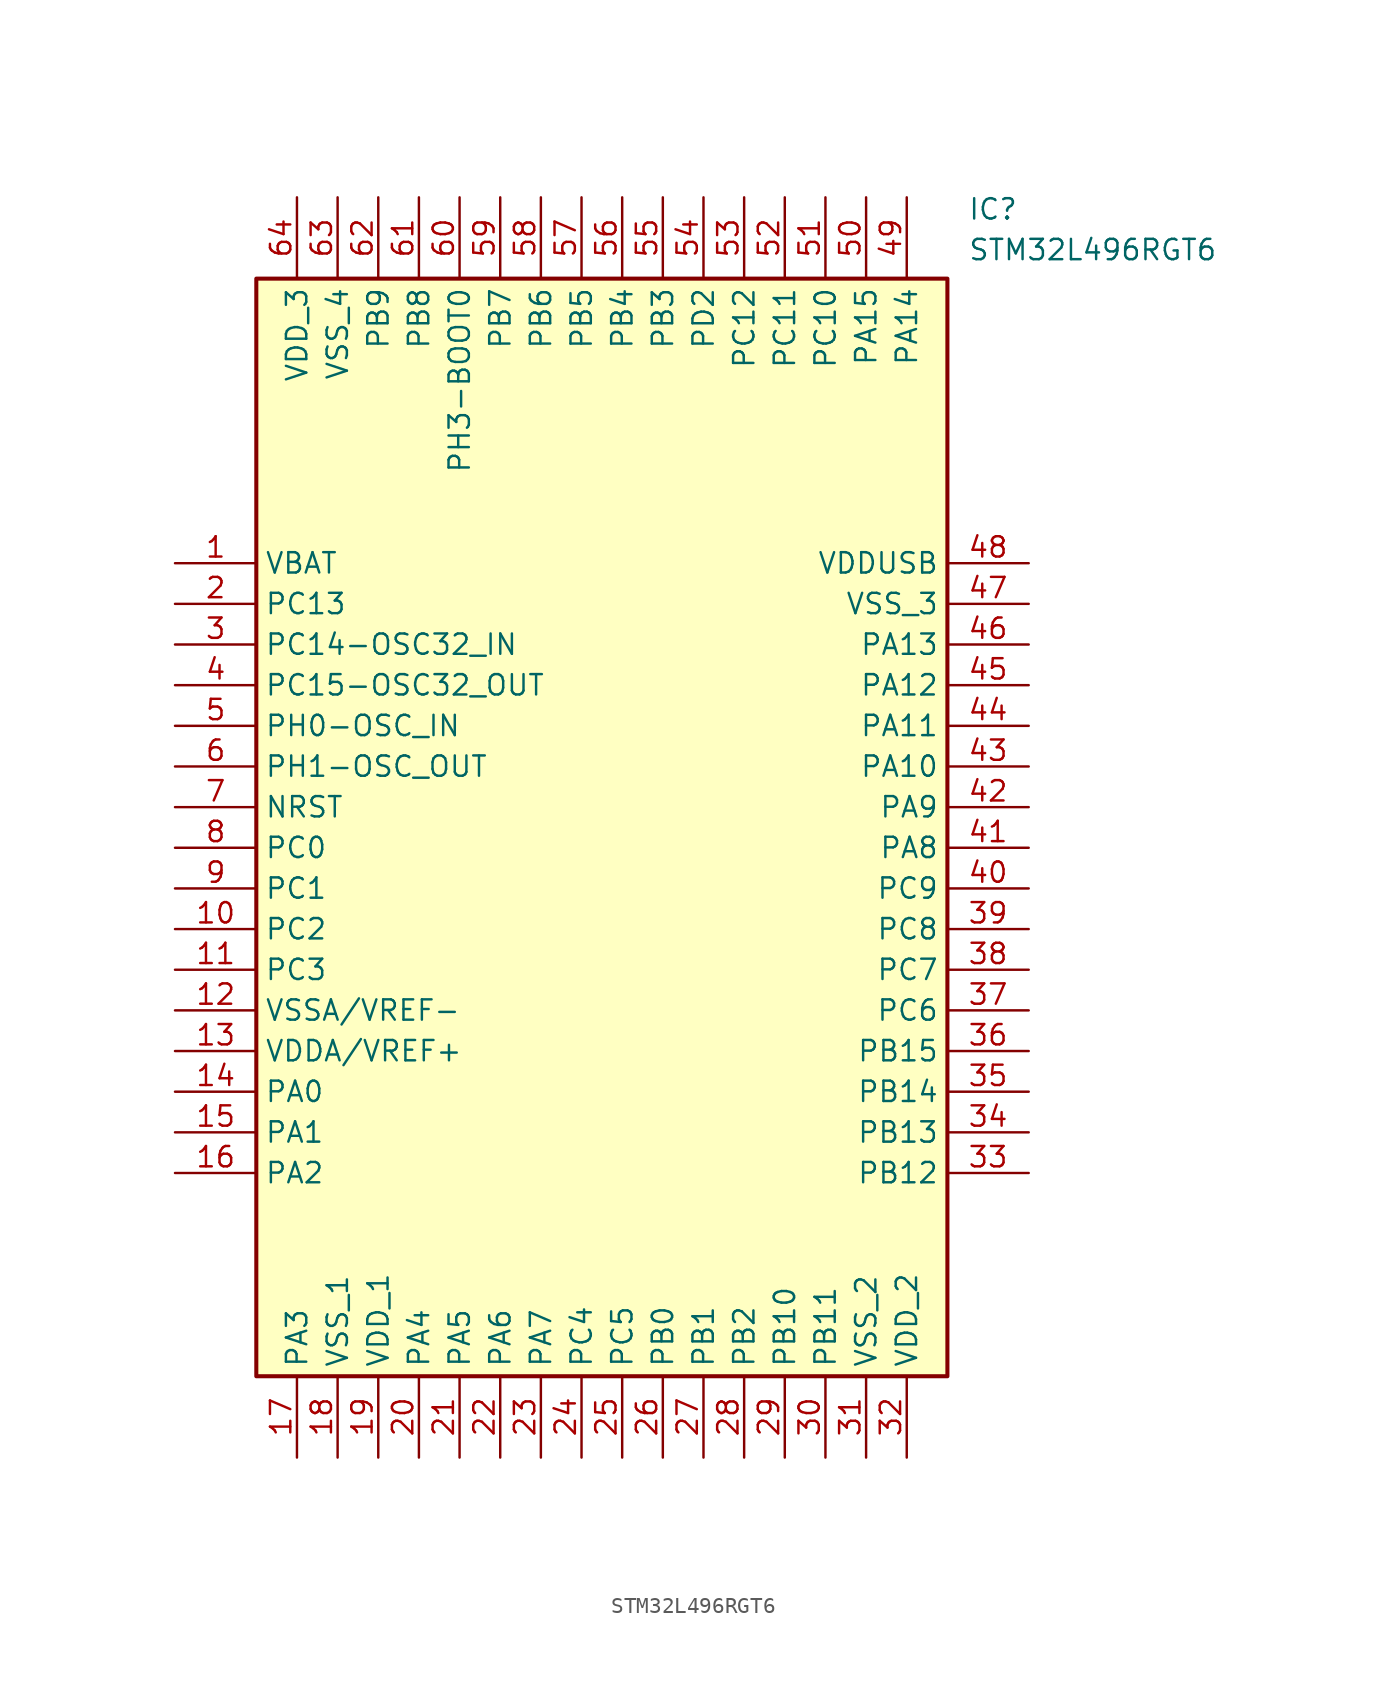
<source format=kicad_sym>
(kicad_symbol_lib
  (version 20211014)
  (generator SamacSys_ECAD_Model)
  (symbol "STM32L496RGT6"
    (property "Reference" "IC"
      (at 49.53 22.86 0)
      (effects (font (size 1.27 1.27)) (justify left top)))
    (property "Value" "STM32L496RGT6"
      (at 49.53 20.32 0)
      (effects (font (size 1.27 1.27)) (justify left top)))
    (rectangle
      (start 5.08 17.78)
      (end 48.26 -50.8)
      (stroke (width 0.254) (type default))
      (fill (type background)))
    (pin passive line
      (at 0 0 0)
      (length 5.08)
      (name "VBAT" (effects (font (size 1.27 1.27))))
      (number "1" (effects (font (size 1.27 1.27)))))
    (pin passive line
      (at 0 -2.54 0)
      (length 5.08)
      (name "PC13" (effects (font (size 1.27 1.27))))
      (number "2" (effects (font (size 1.27 1.27)))))
    (pin passive line
      (at 0 -5.08 0)
      (length 5.08)
      (name "PC14-OSC32_IN" (effects (font (size 1.27 1.27))))
      (number "3" (effects (font (size 1.27 1.27)))))
    (pin passive line
      (at 0 -7.62 0)
      (length 5.08)
      (name "PC15-OSC32_OUT" (effects (font (size 1.27 1.27))))
      (number "4" (effects (font (size 1.27 1.27)))))
    (pin passive line
      (at 0 -10.16 0)
      (length 5.08)
      (name "PH0-OSC_IN" (effects (font (size 1.27 1.27))))
      (number "5" (effects (font (size 1.27 1.27)))))
    (pin passive line
      (at 0 -12.7 0)
      (length 5.08)
      (name "PH1-OSC_OUT" (effects (font (size 1.27 1.27))))
      (number "6" (effects (font (size 1.27 1.27)))))
    (pin passive line
      (at 0 -15.24 0)
      (length 5.08)
      (name "NRST" (effects (font (size 1.27 1.27))))
      (number "7" (effects (font (size 1.27 1.27)))))
    (pin passive line
      (at 0 -17.78 0)
      (length 5.08)
      (name "PC0" (effects (font (size 1.27 1.27))))
      (number "8" (effects (font (size 1.27 1.27)))))
    (pin passive line
      (at 0 -20.32 0)
      (length 5.08)
      (name "PC1" (effects (font (size 1.27 1.27))))
      (number "9" (effects (font (size 1.27 1.27)))))
    (pin passive line
      (at 0 -22.86 0)
      (length 5.08)
      (name "PC2" (effects (font (size 1.27 1.27))))
      (number "10" (effects (font (size 1.27 1.27)))))
    (pin passive line
      (at 0 -25.4 0)
      (length 5.08)
      (name "PC3" (effects (font (size 1.27 1.27))))
      (number "11" (effects (font (size 1.27 1.27)))))
    (pin passive line
      (at 0 -27.94 0)
      (length 5.08)
      (name "VSSA/VREF-" (effects (font (size 1.27 1.27))))
      (number "12" (effects (font (size 1.27 1.27)))))
    (pin passive line
      (at 0 -30.48 0)
      (length 5.08)
      (name "VDDA/VREF+" (effects (font (size 1.27 1.27))))
      (number "13" (effects (font (size 1.27 1.27)))))
    (pin passive line
      (at 0 -33.02 0)
      (length 5.08)
      (name "PA0" (effects (font (size 1.27 1.27))))
      (number "14" (effects (font (size 1.27 1.27)))))
    (pin passive line
      (at 0 -35.56 0)
      (length 5.08)
      (name "PA1" (effects (font (size 1.27 1.27))))
      (number "15" (effects (font (size 1.27 1.27)))))
    (pin passive line
      (at 0 -38.1 0)
      (length 5.08)
      (name "PA2" (effects (font (size 1.27 1.27))))
      (number "16" (effects (font (size 1.27 1.27)))))
    (pin passive line
      (at 7.62 -55.88 90)
      (length 5.08)
      (name "PA3" (effects (font (size 1.27 1.27))))
      (number "17" (effects (font (size 1.27 1.27)))))
    (pin passive line
      (at 10.16 -55.88 90)
      (length 5.08)
      (name "VSS_1" (effects (font (size 1.27 1.27))))
      (number "18" (effects (font (size 1.27 1.27)))))
    (pin passive line
      (at 12.7 -55.88 90)
      (length 5.08)
      (name "VDD_1" (effects (font (size 1.27 1.27))))
      (number "19" (effects (font (size 1.27 1.27)))))
    (pin passive line
      (at 15.24 -55.88 90)
      (length 5.08)
      (name "PA4" (effects (font (size 1.27 1.27))))
      (number "20" (effects (font (size 1.27 1.27)))))
    (pin passive line
      (at 17.78 -55.88 90)
      (length 5.08)
      (name "PA5" (effects (font (size 1.27 1.27))))
      (number "21" (effects (font (size 1.27 1.27)))))
    (pin passive line
      (at 20.32 -55.88 90)
      (length 5.08)
      (name "PA6" (effects (font (size 1.27 1.27))))
      (number "22" (effects (font (size 1.27 1.27)))))
    (pin passive line
      (at 22.86 -55.88 90)
      (length 5.08)
      (name "PA7" (effects (font (size 1.27 1.27))))
      (number "23" (effects (font (size 1.27 1.27)))))
    (pin passive line
      (at 25.4 -55.88 90)
      (length 5.08)
      (name "PC4" (effects (font (size 1.27 1.27))))
      (number "24" (effects (font (size 1.27 1.27)))))
    (pin passive line
      (at 27.94 -55.88 90)
      (length 5.08)
      (name "PC5" (effects (font (size 1.27 1.27))))
      (number "25" (effects (font (size 1.27 1.27)))))
    (pin passive line
      (at 30.48 -55.88 90)
      (length 5.08)
      (name "PB0" (effects (font (size 1.27 1.27))))
      (number "26" (effects (font (size 1.27 1.27)))))
    (pin passive line
      (at 33.02 -55.88 90)
      (length 5.08)
      (name "PB1" (effects (font (size 1.27 1.27))))
      (number "27" (effects (font (size 1.27 1.27)))))
    (pin passive line
      (at 35.56 -55.88 90)
      (length 5.08)
      (name "PB2" (effects (font (size 1.27 1.27))))
      (number "28" (effects (font (size 1.27 1.27)))))
    (pin passive line
      (at 38.1 -55.88 90)
      (length 5.08)
      (name "PB10" (effects (font (size 1.27 1.27))))
      (number "29" (effects (font (size 1.27 1.27)))))
    (pin passive line
      (at 40.64 -55.88 90)
      (length 5.08)
      (name "PB11" (effects (font (size 1.27 1.27))))
      (number "30" (effects (font (size 1.27 1.27)))))
    (pin passive line
      (at 43.18 -55.88 90)
      (length 5.08)
      (name "VSS_2" (effects (font (size 1.27 1.27))))
      (number "31" (effects (font (size 1.27 1.27)))))
    (pin passive line
      (at 45.72 -55.88 90)
      (length 5.08)
      (name "VDD_2" (effects (font (size 1.27 1.27))))
      (number "32" (effects (font (size 1.27 1.27)))))
    (pin passive line
      (at 53.34 0 180)
      (length 5.08)
      (name "VDDUSB" (effects (font (size 1.27 1.27))))
      (number "48" (effects (font (size 1.27 1.27)))))
    (pin passive line
      (at 53.34 -2.54 180)
      (length 5.08)
      (name "VSS_3" (effects (font (size 1.27 1.27))))
      (number "47" (effects (font (size 1.27 1.27)))))
    (pin passive line
      (at 53.34 -5.08 180)
      (length 5.08)
      (name "PA13" (effects (font (size 1.27 1.27))))
      (number "46" (effects (font (size 1.27 1.27)))))
    (pin passive line
      (at 53.34 -7.62 180)
      (length 5.08)
      (name "PA12" (effects (font (size 1.27 1.27))))
      (number "45" (effects (font (size 1.27 1.27)))))
    (pin passive line
      (at 53.34 -10.16 180)
      (length 5.08)
      (name "PA11" (effects (font (size 1.27 1.27))))
      (number "44" (effects (font (size 1.27 1.27)))))
    (pin passive line
      (at 53.34 -12.7 180)
      (length 5.08)
      (name "PA10" (effects (font (size 1.27 1.27))))
      (number "43" (effects (font (size 1.27 1.27)))))
    (pin passive line
      (at 53.34 -15.24 180)
      (length 5.08)
      (name "PA9" (effects (font (size 1.27 1.27))))
      (number "42" (effects (font (size 1.27 1.27)))))
    (pin passive line
      (at 53.34 -17.78 180)
      (length 5.08)
      (name "PA8" (effects (font (size 1.27 1.27))))
      (number "41" (effects (font (size 1.27 1.27)))))
    (pin passive line
      (at 53.34 -20.32 180)
      (length 5.08)
      (name "PC9" (effects (font (size 1.27 1.27))))
      (number "40" (effects (font (size 1.27 1.27)))))
    (pin passive line
      (at 53.34 -22.86 180)
      (length 5.08)
      (name "PC8" (effects (font (size 1.27 1.27))))
      (number "39" (effects (font (size 1.27 1.27)))))
    (pin passive line
      (at 53.34 -25.4 180)
      (length 5.08)
      (name "PC7" (effects (font (size 1.27 1.27))))
      (number "38" (effects (font (size 1.27 1.27)))))
    (pin passive line
      (at 53.34 -27.94 180)
      (length 5.08)
      (name "PC6" (effects (font (size 1.27 1.27))))
      (number "37" (effects (font (size 1.27 1.27)))))
    (pin passive line
      (at 53.34 -30.48 180)
      (length 5.08)
      (name "PB15" (effects (font (size 1.27 1.27))))
      (number "36" (effects (font (size 1.27 1.27)))))
    (pin passive line
      (at 53.34 -33.02 180)
      (length 5.08)
      (name "PB14" (effects (font (size 1.27 1.27))))
      (number "35" (effects (font (size 1.27 1.27)))))
    (pin passive line
      (at 53.34 -35.56 180)
      (length 5.08)
      (name "PB13" (effects (font (size 1.27 1.27))))
      (number "34" (effects (font (size 1.27 1.27)))))
    (pin passive line
      (at 53.34 -38.1 180)
      (length 5.08)
      (name "PB12" (effects (font (size 1.27 1.27))))
      (number "33" (effects (font (size 1.27 1.27)))))
    (pin passive line
      (at 7.62 22.86 270)
      (length 5.08)
      (name "VDD_3" (effects (font (size 1.27 1.27))))
      (number "64" (effects (font (size 1.27 1.27)))))
    (pin passive line
      (at 10.16 22.86 270)
      (length 5.08)
      (name "VSS_4" (effects (font (size 1.27 1.27))))
      (number "63" (effects (font (size 1.27 1.27)))))
    (pin passive line
      (at 12.7 22.86 270)
      (length 5.08)
      (name "PB9" (effects (font (size 1.27 1.27))))
      (number "62" (effects (font (size 1.27 1.27)))))
    (pin passive line
      (at 15.24 22.86 270)
      (length 5.08)
      (name "PB8" (effects (font (size 1.27 1.27))))
      (number "61" (effects (font (size 1.27 1.27)))))
    (pin passive line
      (at 17.78 22.86 270)
      (length 5.08)
      (name "PH3-BOOT0" (effects (font (size 1.27 1.27))))
      (number "60" (effects (font (size 1.27 1.27)))))
    (pin passive line
      (at 20.32 22.86 270)
      (length 5.08)
      (name "PB7" (effects (font (size 1.27 1.27))))
      (number "59" (effects (font (size 1.27 1.27)))))
    (pin passive line
      (at 22.86 22.86 270)
      (length 5.08)
      (name "PB6" (effects (font (size 1.27 1.27))))
      (number "58" (effects (font (size 1.27 1.27)))))
    (pin passive line
      (at 25.4 22.86 270)
      (length 5.08)
      (name "PB5" (effects (font (size 1.27 1.27))))
      (number "57" (effects (font (size 1.27 1.27)))))
    (pin passive line
      (at 27.94 22.86 270)
      (length 5.08)
      (name "PB4" (effects (font (size 1.27 1.27))))
      (number "56" (effects (font (size 1.27 1.27)))))
    (pin passive line
      (at 30.48 22.86 270)
      (length 5.08)
      (name "PB3" (effects (font (size 1.27 1.27))))
      (number "55" (effects (font (size 1.27 1.27)))))
    (pin passive line
      (at 33.02 22.86 270)
      (length 5.08)
      (name "PD2" (effects (font (size 1.27 1.27))))
      (number "54" (effects (font (size 1.27 1.27)))))
    (pin passive line
      (at 35.56 22.86 270)
      (length 5.08)
      (name "PC12" (effects (font (size 1.27 1.27))))
      (number "53" (effects (font (size 1.27 1.27)))))
    (pin passive line
      (at 38.1 22.86 270)
      (length 5.08)
      (name "PC11" (effects (font (size 1.27 1.27))))
      (number "52" (effects (font (size 1.27 1.27)))))
    (pin passive line
      (at 40.64 22.86 270)
      (length 5.08)
      (name "PC10" (effects (font (size 1.27 1.27))))
      (number "51" (effects (font (size 1.27 1.27)))))
    (pin passive line
      (at 43.18 22.86 270)
      (length 5.08)
      (name "PA15" (effects (font (size 1.27 1.27))))
      (number "50" (effects (font (size 1.27 1.27)))))
    (pin passive line
      (at 45.72 22.86 270)
      (length 5.08)
      (name "PA14" (effects (font (size 1.27 1.27))))
      (number "49" (effects (font (size 1.27 1.27)))))))
</source>
